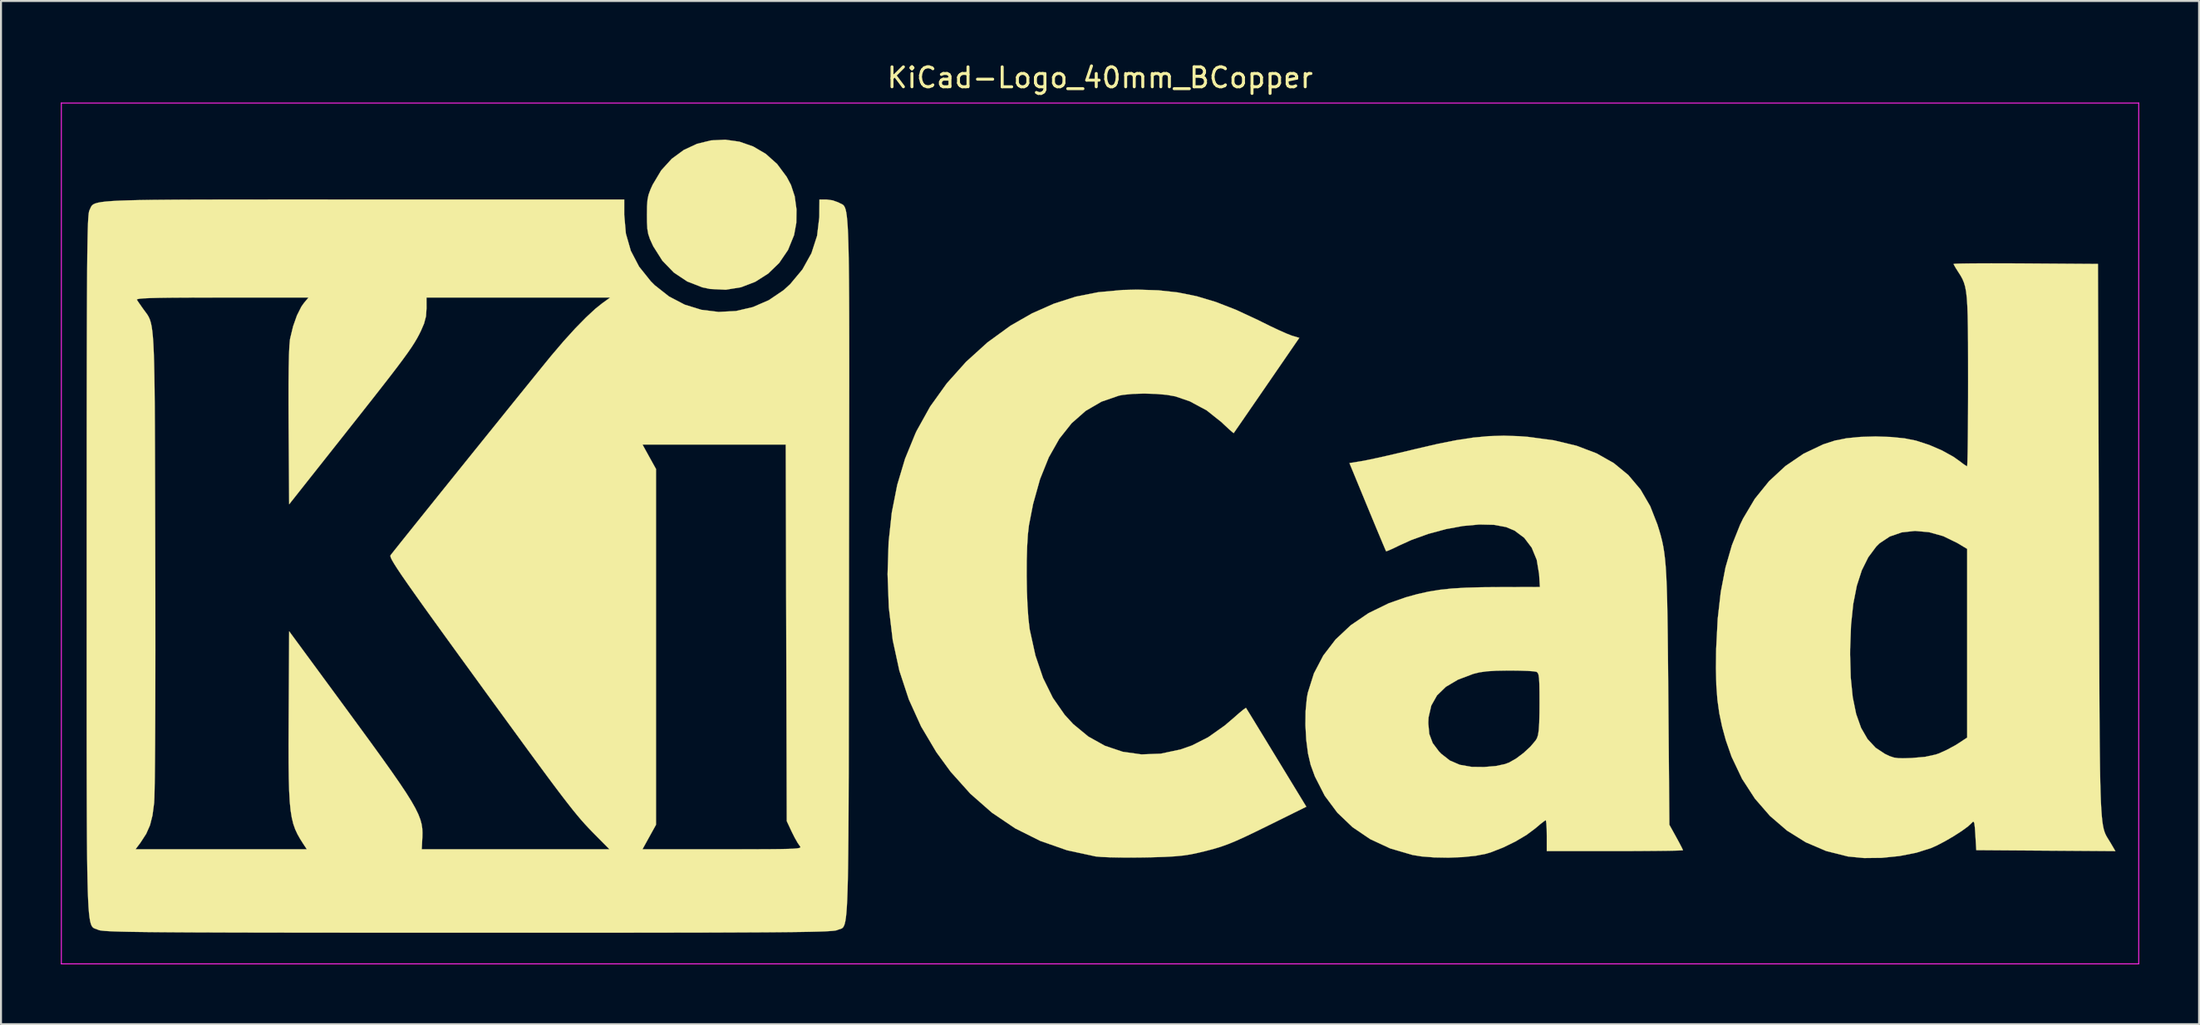
<source format=kicad_pcb>
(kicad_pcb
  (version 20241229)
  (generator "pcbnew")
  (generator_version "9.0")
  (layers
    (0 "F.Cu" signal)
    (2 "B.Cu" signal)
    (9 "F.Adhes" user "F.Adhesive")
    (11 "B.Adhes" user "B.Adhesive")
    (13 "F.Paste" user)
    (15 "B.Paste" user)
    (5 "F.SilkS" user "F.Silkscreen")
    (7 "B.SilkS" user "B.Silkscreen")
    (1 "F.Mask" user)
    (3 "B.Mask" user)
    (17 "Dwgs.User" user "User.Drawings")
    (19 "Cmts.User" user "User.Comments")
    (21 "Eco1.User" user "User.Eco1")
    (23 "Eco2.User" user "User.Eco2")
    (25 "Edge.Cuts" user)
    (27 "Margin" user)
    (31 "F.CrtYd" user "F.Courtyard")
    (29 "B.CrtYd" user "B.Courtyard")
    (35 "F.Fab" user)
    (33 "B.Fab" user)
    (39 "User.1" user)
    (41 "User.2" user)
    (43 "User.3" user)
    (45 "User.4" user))
  (footprint "KiCad-Logo_40mm_BCopper"
    (layer "F.Cu")
    (at 52.095 23.708)
    (property "Reference" "KiCad-Logo_40mm_BCopper" (at 0 -22.86 0) (layer "F.SilkS") (effects (font (size 1 1) (thickness 0.15))))
    (attr exclude_from_pos_files exclude_from_bom)
    (fp_poly (pts (xy -18.076 -19.651) (xy -17.392 -19.413) (xy -16.756 -19.04) (xy -16.187 -18.531) (xy -15.708 -17.886) (xy -15.493 -17.48) (xy -15.306 -16.911) (xy -15.216 -16.254) (xy -15.226 -15.579) (xy -15.337 -14.968) (xy -15.641 -14.22) (xy -16.081 -13.572) (xy -16.635 -13.035) (xy -17.282 -12.624) (xy -17.998 -12.349) (xy -18.761 -12.225) (xy -19.549 -12.263) (xy -19.938 -12.345) (xy -20.695 -12.64) (xy -21.367 -13.089) (xy -21.938 -13.679) (xy -22.393 -14.397) (xy -22.431 -14.475) (xy -22.564 -14.769) (xy -22.647 -15.017) (xy -22.693 -15.278) (xy -22.711 -15.613) (xy -22.714 -15.977) (xy -22.709 -16.415) (xy -22.686 -16.732) (xy -22.634 -16.987) (xy -22.541 -17.243) (xy -22.426 -17.496) (xy -21.998 -18.213) (xy -21.47 -18.793) (xy -20.864 -19.237) (xy -20.201 -19.545) (xy -19.501 -19.716) (xy -18.786 -19.751) (xy -18.076 -19.651)) (stroke (width 0.01) (type solid)) (fill yes) (layer "F.SilkS"))
    (fp_poly (pts (xy 2.917 -12.197) (xy 3.899 -12.09) (xy 4.85 -11.898) (xy 5.809 -11.61) (xy 6.815 -11.218) (xy 7.907 -10.711) (xy 8.103 -10.613) (xy 8.554 -10.39) (xy 8.98 -10.19) (xy 9.338 -10.031) (xy 9.586 -9.933) (xy 9.624 -9.92) (xy 9.989 -9.811) (xy 8.354 -7.432) (xy 7.954 -6.85) (xy 7.588 -6.319) (xy 7.27 -5.856) (xy 7.01 -5.479) (xy 6.822 -5.207) (xy 6.718 -5.057) (xy 6.701 -5.033) (xy 6.632 -5.083) (xy 6.463 -5.232) (xy 6.223 -5.454) (xy 6.091 -5.58) (xy 5.343 -6.175) (xy 4.502 -6.627) (xy 3.778 -6.875) (xy 3.343 -6.953) (xy 2.799 -7) (xy 2.209 -7.016) (xy 1.638 -7) (xy 1.148 -6.951) (xy 0.953 -6.914) (xy 0.074 -6.611) (xy -0.719 -6.149) (xy -1.424 -5.528) (xy -2.041 -4.75) (xy -2.569 -3.815) (xy -3.008 -2.723) (xy -3.356 -1.477) (xy -3.564 -0.41) (xy -3.618 0.061) (xy -3.655 0.67) (xy -3.675 1.372) (xy -3.678 2.125) (xy -3.666 2.883) (xy -3.637 3.605) (xy -3.593 4.245) (xy -3.534 4.76) (xy -3.521 4.839) (xy -3.239 6.12) (xy -2.855 7.253) (xy -2.366 8.244) (xy -1.771 9.098) (xy -1.348 9.559) (xy -0.588 10.186) (xy 0.245 10.651) (xy 1.138 10.951) (xy 2.076 11.083) (xy 3.045 11.046) (xy 4.031 10.837) (xy 4.614 10.632) (xy 5.422 10.221) (xy 6.253 9.633) (xy 6.719 9.235) (xy 6.981 9.004) (xy 7.187 8.835) (xy 7.304 8.754) (xy 7.318 8.751) (xy 7.37 8.835) (xy 7.506 9.054) (xy 7.713 9.392) (xy 7.979 9.829) (xy 8.295 10.346) (xy 8.647 10.924) (xy 8.843 11.246) (xy 10.342 13.707) (xy 8.471 14.632) (xy 7.795 14.964) (xy 7.247 15.226) (xy 6.794 15.43) (xy 6.402 15.591) (xy 6.039 15.72) (xy 5.67 15.831) (xy 5.262 15.937) (xy 4.871 16.03) (xy 4.523 16.102) (xy 4.159 16.156) (xy 3.744 16.196) (xy 3.239 16.224) (xy 2.609 16.244) (xy 2.185 16.252) (xy 1.579 16.258) (xy 0.999 16.255) (xy 0.481 16.245) (xy 0.066 16.227) (xy -0.209 16.202) (xy -0.226 16.2) (xy -1.656 15.891) (xy -2.999 15.421) (xy -4.254 14.793) (xy -5.421 14.005) (xy -6.499 13.058) (xy -7.489 11.953) (xy -8.206 10.97) (xy -8.969 9.684) (xy -9.585 8.326) (xy -10.059 6.885) (xy -10.392 5.35) (xy -10.588 3.711) (xy -10.65 2.046) (xy -10.599 0.435) (xy -10.439 -1.051) (xy -10.166 -2.437) (xy -9.774 -3.749) (xy -9.257 -5.012) (xy -9.196 -5.142) (xy -8.516 -6.365) (xy -7.682 -7.529) (xy -6.716 -8.609) (xy -5.643 -9.582) (xy -4.485 -10.424) (xy -3.407 -11.041) (xy -2.317 -11.524) (xy -1.225 -11.875) (xy -0.089 -12.101) (xy 1.135 -12.213) (xy 1.866 -12.23) (xy 2.917 -12.197)) (stroke (width 0.01) (type solid)) (fill yes) (layer "F.SilkS"))
    (fp_poly (pts (xy 45.37 -13.548) (xy 46.144 -13.545) (xy 46.407 -13.543) (xy 50.026 -13.519) (xy 50.072 0.364) (xy 50.078 2.247) (xy 50.083 3.956) (xy 50.088 5.501) (xy 50.093 6.891) (xy 50.098 8.133) (xy 50.104 9.238) (xy 50.111 10.214) (xy 50.12 11.07) (xy 50.13 11.814) (xy 50.142 12.456) (xy 50.157 13.005) (xy 50.174 13.468) (xy 50.195 13.855) (xy 50.219 14.176) (xy 50.246 14.438) (xy 50.278 14.651) (xy 50.314 14.823) (xy 50.355 14.963) (xy 50.401 15.08) (xy 50.453 15.184) (xy 50.511 15.282) (xy 50.574 15.384) (xy 50.644 15.498) (xy 50.659 15.522) (xy 50.9 15.934) (xy 43.927 15.886) (xy 43.881 15.12) (xy 43.856 14.753) (xy 43.83 14.54) (xy 43.795 14.456) (xy 43.743 14.473) (xy 43.699 14.522) (xy 43.507 14.699) (xy 43.195 14.926) (xy 42.806 15.177) (xy 42.384 15.424) (xy 41.974 15.64) (xy 41.659 15.782) (xy 40.921 16.015) (xy 40.074 16.181) (xy 39.181 16.272) (xy 38.304 16.282) (xy 37.506 16.205) (xy 37.493 16.203) (xy 36.401 15.929) (xy 35.379 15.492) (xy 34.436 14.903) (xy 33.583 14.169) (xy 32.829 13.301) (xy 32.185 12.308) (xy 31.659 11.2) (xy 31.373 10.378) (xy 31.185 9.691) (xy 31.045 9.026) (xy 30.949 8.342) (xy 30.894 7.599) (xy 30.875 6.757) (xy 30.883 6.069) (xy 37.601 6.069) (xy 37.633 7.222) (xy 37.733 8.215) (xy 37.905 9.055) (xy 38.152 9.752) (xy 38.476 10.314) (xy 38.881 10.75) (xy 39.348 11.058) (xy 39.592 11.173) (xy 39.803 11.242) (xy 40.038 11.274) (xy 40.354 11.276) (xy 40.695 11.264) (xy 41.364 11.205) (xy 41.894 11.089) (xy 42.06 11.031) (xy 42.44 10.86) (xy 42.841 10.645) (xy 43.016 10.538) (xy 43.471 10.239) (xy 43.471 0.776) (xy 42.971 0.476) (xy 42.272 0.136) (xy 41.559 -0.064) (xy 40.856 -0.127) (xy 40.191 -0.054) (xy 39.589 0.154) (xy 39.075 0.496) (xy 38.91 0.66) (xy 38.511 1.197) (xy 38.188 1.848) (xy 37.938 2.623) (xy 37.759 3.534) (xy 37.648 4.591) (xy 37.603 5.807) (xy 37.601 6.069) (xy 30.883 6.069) (xy 30.887 5.783) (xy 30.964 4.284) (xy 31.118 2.932) (xy 31.354 1.708) (xy 31.676 0.59) (xy 32.087 -0.439) (xy 32.234 -0.744) (xy 32.825 -1.739) (xy 33.54 -2.623) (xy 34.361 -3.383) (xy 35.272 -4.002) (xy 36.255 -4.469) (xy 36.845 -4.661) (xy 37.424 -4.775) (xy 38.121 -4.843) (xy 38.877 -4.865) (xy 39.634 -4.84) (xy 40.333 -4.77) (xy 40.895 -4.659) (xy 41.563 -4.442) (xy 42.211 -4.162) (xy 42.777 -3.849) (xy 43.079 -3.636) (xy 43.287 -3.478) (xy 43.433 -3.382) (xy 43.466 -3.368) (xy 43.476 -3.457) (xy 43.486 -3.709) (xy 43.495 -4.108) (xy 43.502 -4.635) (xy 43.508 -5.273) (xy 43.513 -6.005) (xy 43.516 -6.811) (xy 43.517 -7.633) (xy 43.516 -8.685) (xy 43.514 -9.572) (xy 43.507 -10.311) (xy 43.496 -10.919) (xy 43.478 -11.413) (xy 43.452 -11.809) (xy 43.416 -12.125) (xy 43.369 -12.378) (xy 43.308 -12.584) (xy 43.234 -12.762) (xy 43.144 -12.926) (xy 43.036 -13.096) (xy 43.022 -13.117) (xy 42.884 -13.336) (xy 42.8 -13.487) (xy 42.789 -13.518) (xy 42.876 -13.528) (xy 43.127 -13.537) (xy 43.521 -13.543) (xy 44.039 -13.547) (xy 44.662 -13.549) (xy 45.37 -13.548)) (stroke (width 0.01) (type solid)) (fill yes) (layer "F.SilkS"))
    (fp_poly (pts (xy 21.003 -4.879) (xy 21.454 -4.845) (xy 22.745 -4.673) (xy 23.888 -4.399) (xy 24.889 -4.019) (xy 25.753 -3.53) (xy 26.486 -2.927) (xy 27.094 -2.207) (xy 27.583 -1.365) (xy 27.939 -0.455) (xy 28.03 -0.165) (xy 28.109 0.107) (xy 28.177 0.375) (xy 28.235 0.654) (xy 28.284 0.958) (xy 28.325 1.303) (xy 28.36 1.702) (xy 28.388 2.171) (xy 28.411 2.723) (xy 28.43 3.374) (xy 28.445 4.139) (xy 28.458 5.031) (xy 28.469 6.066) (xy 28.48 7.259) (xy 28.488 8.194) (xy 28.541 14.612) (xy 28.882 15.229) (xy 29.044 15.527) (xy 29.164 15.758) (xy 29.222 15.881) (xy 29.224 15.89) (xy 29.136 15.899) (xy 28.886 15.908) (xy 28.494 15.916) (xy 27.979 15.922) (xy 27.362 15.927) (xy 26.663 15.931) (xy 25.901 15.932) (xy 25.81 15.932) (xy 22.396 15.932) (xy 22.396 15.158) (xy 22.39 14.808) (xy 22.374 14.541) (xy 22.352 14.398) (xy 22.342 14.384) (xy 22.252 14.44) (xy 22.066 14.586) (xy 21.824 14.791) (xy 21.819 14.795) (xy 21.378 15.124) (xy 20.82 15.454) (xy 20.21 15.752) (xy 19.61 15.988) (xy 19.346 16.068) (xy 18.82 16.17) (xy 18.175 16.235) (xy 17.469 16.263) (xy 16.762 16.251) (xy 16.113 16.2) (xy 15.659 16.126) (xy 14.545 15.799) (xy 13.542 15.333) (xy 12.657 14.733) (xy 11.896 14.006) (xy 11.265 13.158) (xy 10.772 12.193) (xy 10.559 11.608) (xy 10.426 11.039) (xy 10.338 10.356) (xy 10.297 9.622) (xy 10.298 9.515) (xy 16.455 9.515) (xy 16.506 10.06) (xy 16.676 10.513) (xy 16.991 10.934) (xy 17.111 11.057) (xy 17.54 11.391) (xy 18.036 11.604) (xy 18.63 11.708) (xy 19.256 11.715) (xy 19.849 11.665) (xy 20.304 11.567) (xy 20.501 11.493) (xy 20.857 11.292) (xy 21.233 11.009) (xy 21.577 10.691) (xy 21.834 10.386) (xy 21.902 10.274) (xy 21.955 10.117) (xy 21.993 9.868) (xy 22.017 9.502) (xy 22.029 8.996) (xy 22.032 8.514) (xy 22.03 7.952) (xy 22.023 7.546) (xy 22.008 7.269) (xy 21.983 7.094) (xy 21.944 6.996) (xy 21.889 6.947) (xy 21.872 6.939) (xy 21.725 6.915) (xy 21.435 6.895) (xy 21.042 6.882) (xy 20.583 6.876) (xy 20.484 6.876) (xy 19.871 6.886) (xy 19.398 6.915) (xy 19.022 6.967) (xy 18.711 7.044) (xy 17.941 7.335) (xy 17.337 7.693) (xy 16.893 8.124) (xy 16.606 8.633) (xy 16.469 9.227) (xy 16.455 9.515) (xy 10.298 9.515) (xy 10.306 8.899) (xy 10.368 8.252) (xy 10.416 7.991) (xy 10.722 7.02) (xy 11.189 6.127) (xy 11.806 5.32) (xy 12.565 4.607) (xy 13.458 3.998) (xy 14.475 3.501) (xy 15.34 3.199) (xy 15.918 3.04) (xy 16.471 2.917) (xy 17.034 2.825) (xy 17.644 2.761) (xy 18.337 2.72) (xy 19.147 2.698) (xy 19.88 2.692) (xy 22.052 2.686) (xy 22.01 2.033) (xy 21.892 1.324) (xy 21.641 0.715) (xy 21.267 0.221) (xy 20.781 -0.143) (xy 20.354 -0.321) (xy 19.741 -0.433) (xy 19.011 -0.449) (xy 18.199 -0.375) (xy 17.339 -0.217) (xy 16.465 0.019) (xy 15.61 0.327) (xy 14.989 0.609) (xy 14.691 0.754) (xy 14.463 0.855) (xy 14.347 0.895) (xy 14.341 0.893) (xy 14.301 0.805) (xy 14.201 0.571) (xy 14.051 0.213) (xy 13.859 -0.246) (xy 13.636 -0.784) (xy 13.409 -1.332) (xy 12.503 -3.529) (xy 13.148 -3.635) (xy 13.427 -3.688) (xy 13.847 -3.777) (xy 14.372 -3.894) (xy 14.965 -4.032) (xy 15.592 -4.181) (xy 15.841 -4.241) (xy 16.919 -4.491) (xy 17.864 -4.679) (xy 18.709 -4.808) (xy 19.491 -4.881) (xy 20.243 -4.904) (xy 21.003 -4.879)) (stroke (width 0.01) (type solid)) (fill yes) (layer "F.SilkS"))
    (fp_poly (pts (xy -39.491 -16.752) (xy -37.737 -16.751) (xy -36.921 -16.751) (xy -23.852 -16.751) (xy -23.852 -15.981) (xy -23.77 -15.043) (xy -23.522 -14.179) (xy -23.106 -13.382) (xy -22.519 -12.648) (xy -22.32 -12.449) (xy -21.606 -11.887) (xy -20.819 -11.476) (xy -19.982 -11.218) (xy -19.118 -11.112) (xy -18.251 -11.157) (xy -17.405 -11.354) (xy -16.602 -11.703) (xy -15.866 -12.202) (xy -15.535 -12.503) (xy -14.919 -13.242) (xy -14.468 -14.054) (xy -14.184 -14.931) (xy -14.073 -15.863) (xy -14.071 -15.955) (xy -14.066 -16.751) (xy -13.715 -16.751) (xy -13.405 -16.709) (xy -13.121 -16.607) (xy -13.102 -16.596) (xy -13.038 -16.563) (xy -12.98 -16.537) (xy -12.926 -16.511) (xy -12.877 -16.477) (xy -12.832 -16.428) (xy -12.792 -16.356) (xy -12.756 -16.254) (xy -12.724 -16.114) (xy -12.696 -15.928) (xy -12.672 -15.689) (xy -12.65 -15.39) (xy -12.632 -15.023) (xy -12.617 -14.58) (xy -12.604 -14.054) (xy -12.594 -13.438) (xy -12.586 -12.723) (xy -12.58 -11.902) (xy -12.576 -10.968) (xy -12.574 -9.913) (xy -12.573 -8.73) (xy -12.573 -7.411) (xy -12.575 -5.948) (xy -12.577 -4.335) (xy -12.579 -2.562) (xy -12.582 -0.624) (xy -12.585 1.488) (xy -12.585 1.745) (xy -12.588 3.871) (xy -12.59 5.822) (xy -12.592 7.606) (xy -12.595 9.23) (xy -12.597 10.703) (xy -12.6 12.031) (xy -12.604 13.223) (xy -12.609 14.285) (xy -12.615 15.225) (xy -12.623 16.051) (xy -12.632 16.77) (xy -12.644 17.391) (xy -12.658 17.919) (xy -12.674 18.364) (xy -12.693 18.732) (xy -12.715 19.031) (xy -12.74 19.268) (xy -12.769 19.452) (xy -12.801 19.589) (xy -12.838 19.688) (xy -12.878 19.755) (xy -12.923 19.798) (xy -12.973 19.825) (xy -13.027 19.844) (xy -13.087 19.861) (xy -13.152 19.885) (xy -13.168 19.892) (xy -13.218 19.908) (xy -13.302 19.923) (xy -13.426 19.937) (xy -13.599 19.949) (xy -13.828 19.961) (xy -14.12 19.971) (xy -14.481 19.98) (xy -14.921 19.988) (xy -15.445 19.995) (xy -16.061 20.001) (xy -16.777 20.007) (xy -17.599 20.011) (xy -18.536 20.015) (xy -19.594 20.019) (xy -20.78 20.021) (xy -22.103 20.023) (xy -23.569 20.025) (xy -25.185 20.026) (xy -26.96 20.026) (xy -28.899 20.027) (xy -31.011 20.027) (xy -31.695 20.027) (xy -33.854 20.026) (xy -35.839 20.026) (xy -37.656 20.025) (xy -39.313 20.024) (xy -40.818 20.022) (xy -42.177 20.02) (xy -43.399 20.018) (xy -44.491 20.014) (xy -45.459 20.011) (xy -46.312 20.006) (xy -47.057 20.001) (xy -47.701 19.995) (xy -48.252 19.988) (xy -48.717 19.981) (xy -49.103 19.972) (xy -49.419 19.962) (xy -49.67 19.951) (xy -49.865 19.94) (xy -50.011 19.926) (xy -50.116 19.912) (xy -50.186 19.896) (xy -50.225 19.882) (xy -50.293 19.853) (xy -50.355 19.832) (xy -50.413 19.811) (xy -50.465 19.782) (xy -50.512 19.738) (xy -50.555 19.672) (xy -50.593 19.576) (xy -50.627 19.442) (xy -50.657 19.262) (xy -50.684 19.031) (xy -50.707 18.739) (xy -50.726 18.379) (xy -50.743 17.944) (xy -50.757 17.426) (xy -50.769 16.818) (xy -50.778 16.112) (xy -50.781 15.841) (xy -48.351 15.841) (xy -39.763 15.841) (xy -39.929 15.591) (xy -40.093 15.333) (xy -40.232 15.088) (xy -40.348 14.838) (xy -40.443 14.567) (xy -40.518 14.255) (xy -40.577 13.888) (xy -40.62 13.447) (xy -40.649 12.916) (xy -40.668 12.277) (xy -40.677 11.513) (xy -40.679 10.607) (xy -40.675 9.542) (xy -40.673 9.146) (xy -40.649 4.907) (xy -37.963 8.563) (xy -37.203 9.601) (xy -36.543 10.504) (xy -35.979 11.285) (xy -35.502 11.956) (xy -35.105 12.529) (xy -34.781 13.015) (xy -34.523 13.428) (xy -34.325 13.778) (xy -34.178 14.078) (xy -34.076 14.34) (xy -34.011 14.575) (xy -33.977 14.796) (xy -33.967 15.014) (xy -33.972 15.242) (xy -33.974 15.271) (xy -34.003 15.841) (xy -29.297 15.841) (xy -24.592 15.841) (xy -25.292 15.135) (xy -25.482 14.942) (xy -25.662 14.754) (xy -25.84 14.561) (xy -26.025 14.353) (xy -26.223 14.118) (xy -26.443 13.848) (xy -26.693 13.53) (xy -26.981 13.156) (xy -27.315 12.715) (xy -27.702 12.195) (xy -28.15 11.588) (xy -28.668 10.883) (xy -29.262 10.068) (xy -29.942 9.135) (xy -30.716 8.072) (xy -31.349 7.2) (xy -32.145 6.104) (xy -32.838 5.147) (xy -33.437 4.317) (xy -33.947 3.608) (xy -34.373 3.008) (xy -34.724 2.51) (xy -35.005 2.104) (xy -35.221 1.781) (xy -35.38 1.532) (xy -35.488 1.348) (xy -35.551 1.22) (xy -35.576 1.139) (xy -35.568 1.096) (xy -35.48 0.982) (xy -35.288 0.74) (xy -35.006 0.386) (xy -34.643 -0.067) (xy -34.213 -0.604) (xy -33.725 -1.211) (xy -33.193 -1.874) (xy -32.627 -2.578) (xy -32.039 -3.309) (xy -31.441 -4.052) (xy -31.111 -4.461) (xy -22.938 -4.461) (xy -22.599 -3.846) (xy -22.259 -3.232) (xy -22.259 14.612) (xy -22.599 15.226) (xy -22.938 15.841) (xy -18.92 15.841) (xy -17.961 15.841) (xy -17.169 15.839) (xy -16.528 15.836) (xy -16.024 15.831) (xy -15.642 15.823) (xy -15.366 15.812) (xy -15.181 15.796) (xy -15.071 15.776) (xy -15.023 15.75) (xy -15.021 15.718) (xy -15.048 15.679) (xy -15.049 15.679) (xy -15.163 15.513) (xy -15.315 15.243) (xy -15.45 14.974) (xy -15.704 14.43) (xy -15.73 4.984) (xy -15.756 -4.461) (xy -22.938 -4.461) (xy -31.111 -4.461) (xy -30.843 -4.794) (xy -30.258 -5.519) (xy -29.698 -6.215) (xy -29.173 -6.865) (xy -28.695 -7.456) (xy -28.276 -7.974) (xy -27.928 -8.403) (xy -27.661 -8.731) (xy -27.505 -8.922) (xy -26.897 -9.636) (xy -26.312 -10.281) (xy -25.77 -10.834) (xy -25.293 -11.276) (xy -24.954 -11.547) (xy -24.553 -11.835) (xy -33.766 -11.835) (xy -33.764 -11.295) (xy -33.789 -10.897) (xy -33.886 -10.529) (xy -34.036 -10.179) (xy -34.133 -9.982) (xy -34.238 -9.786) (xy -34.36 -9.58) (xy -34.508 -9.349) (xy -34.692 -9.081) (xy -34.922 -8.763) (xy -35.206 -8.382) (xy -35.556 -7.924) (xy -35.98 -7.378) (xy -36.488 -6.729) (xy -37.089 -5.966) (xy -37.793 -5.075) (xy -37.872 -4.974) (xy -40.649 -1.463) (xy -40.676 -5.352) (xy -40.681 -6.516) (xy -40.68 -7.503) (xy -40.672 -8.313) (xy -40.658 -8.952) (xy -40.637 -9.421) (xy -40.609 -9.725) (xy -40.599 -9.783) (xy -40.452 -10.39) (xy -40.259 -10.937) (xy -40.038 -11.377) (xy -39.906 -11.563) (xy -39.677 -11.835) (xy -44.015 -11.835) (xy -45.05 -11.834) (xy -45.915 -11.831) (xy -46.623 -11.826) (xy -47.188 -11.818) (xy -47.62 -11.807) (xy -47.934 -11.793) (xy -48.141 -11.775) (xy -48.254 -11.753) (xy -48.286 -11.727) (xy -48.284 -11.721) (xy -48.192 -11.583) (xy -48.039 -11.363) (xy -47.959 -11.251) (xy -47.877 -11.14) (xy -47.803 -11.041) (xy -47.737 -10.944) (xy -47.679 -10.838) (xy -47.627 -10.716) (xy -47.582 -10.566) (xy -47.542 -10.378) (xy -47.509 -10.144) (xy -47.48 -9.854) (xy -47.456 -9.497) (xy -47.436 -9.063) (xy -47.42 -8.544) (xy -47.407 -7.929) (xy -47.396 -7.208) (xy -47.388 -6.372) (xy -47.382 -5.411) (xy -47.377 -4.315) (xy -47.373 -3.075) (xy -47.369 -1.68) (xy -47.365 -0.121) (xy -47.362 1.311) (xy -47.358 2.908) (xy -47.357 4.431) (xy -47.356 5.872) (xy -47.358 7.219) (xy -47.361 8.464) (xy -47.365 9.597) (xy -47.37 10.608) (xy -47.377 11.487) (xy -47.385 12.225) (xy -47.395 12.812) (xy -47.405 13.238) (xy -47.417 13.493) (xy -47.419 13.52) (xy -47.5 14.139) (xy -47.625 14.635) (xy -47.817 15.069) (xy -48.095 15.498) (xy -48.129 15.545) (xy -48.351 15.841) (xy -50.781 15.841) (xy -50.786 15.3) (xy -50.791 14.376) (xy -50.795 13.332) (xy -50.798 12.159) (xy -50.8 10.851) (xy -50.801 9.4) (xy -50.801 7.798) (xy -50.801 6.038) (xy -50.8 4.113) (xy -50.8 2.014) (xy -50.8 1.598) (xy -50.8 -0.523) (xy -50.799 -2.469) (xy -50.799 -4.248) (xy -50.798 -5.867) (xy -50.796 -7.334) (xy -50.794 -8.656) (xy -50.791 -9.841) (xy -50.788 -10.897) (xy -50.784 -11.83) (xy -50.779 -12.648) (xy -50.774 -13.359) (xy -50.768 -13.97) (xy -50.76 -14.488) (xy -50.752 -14.922) (xy -50.743 -15.278) (xy -50.733 -15.564) (xy -50.721 -15.788) (xy -50.708 -15.956) (xy -50.694 -16.077) (xy -50.679 -16.158) (xy -50.663 -16.207) (xy -50.662 -16.208) (xy -50.628 -16.282) (xy -50.599 -16.349) (xy -50.567 -16.409) (xy -50.524 -16.463) (xy -50.46 -16.511) (xy -50.367 -16.553) (xy -50.236 -16.59) (xy -50.057 -16.623) (xy -49.824 -16.65) (xy -49.525 -16.674) (xy -49.154 -16.693) (xy -48.701 -16.709) (xy -48.157 -16.722) (xy -47.514 -16.732) (xy -46.762 -16.739) (xy -45.894 -16.745) (xy -44.9 -16.748) (xy -43.771 -16.75) (xy -42.5 -16.751) (xy -41.076 -16.752) (xy -39.491 -16.752)) (stroke (width 0.01) (type solid)) (fill yes) (layer "F.SilkS"))
    (fp_line (start -52.07 -21.59) (end 52.07 -21.59) (stroke (width 0.05) (type solid)) (layer "F.CrtYd"))
    (fp_line (start -52.07 21.59) (end -52.07 -21.59) (stroke (width 0.05) (type solid)) (layer "F.CrtYd"))
    (fp_line (start 52.07 -21.59) (end 52.07 21.59) (stroke (width 0.05) (type solid)) (layer "F.CrtYd"))
    (fp_line (start 52.07 21.59) (end -52.07 21.59) (stroke (width 0.05) (type solid)) (layer "F.CrtYd")))
  (gr_rect
    (start -3 -3)
    (end 107.19 48.323)
    (stroke (width 0.1) (type default))
    (fill no)
    (layer "Edge.Cuts")))
</source>
